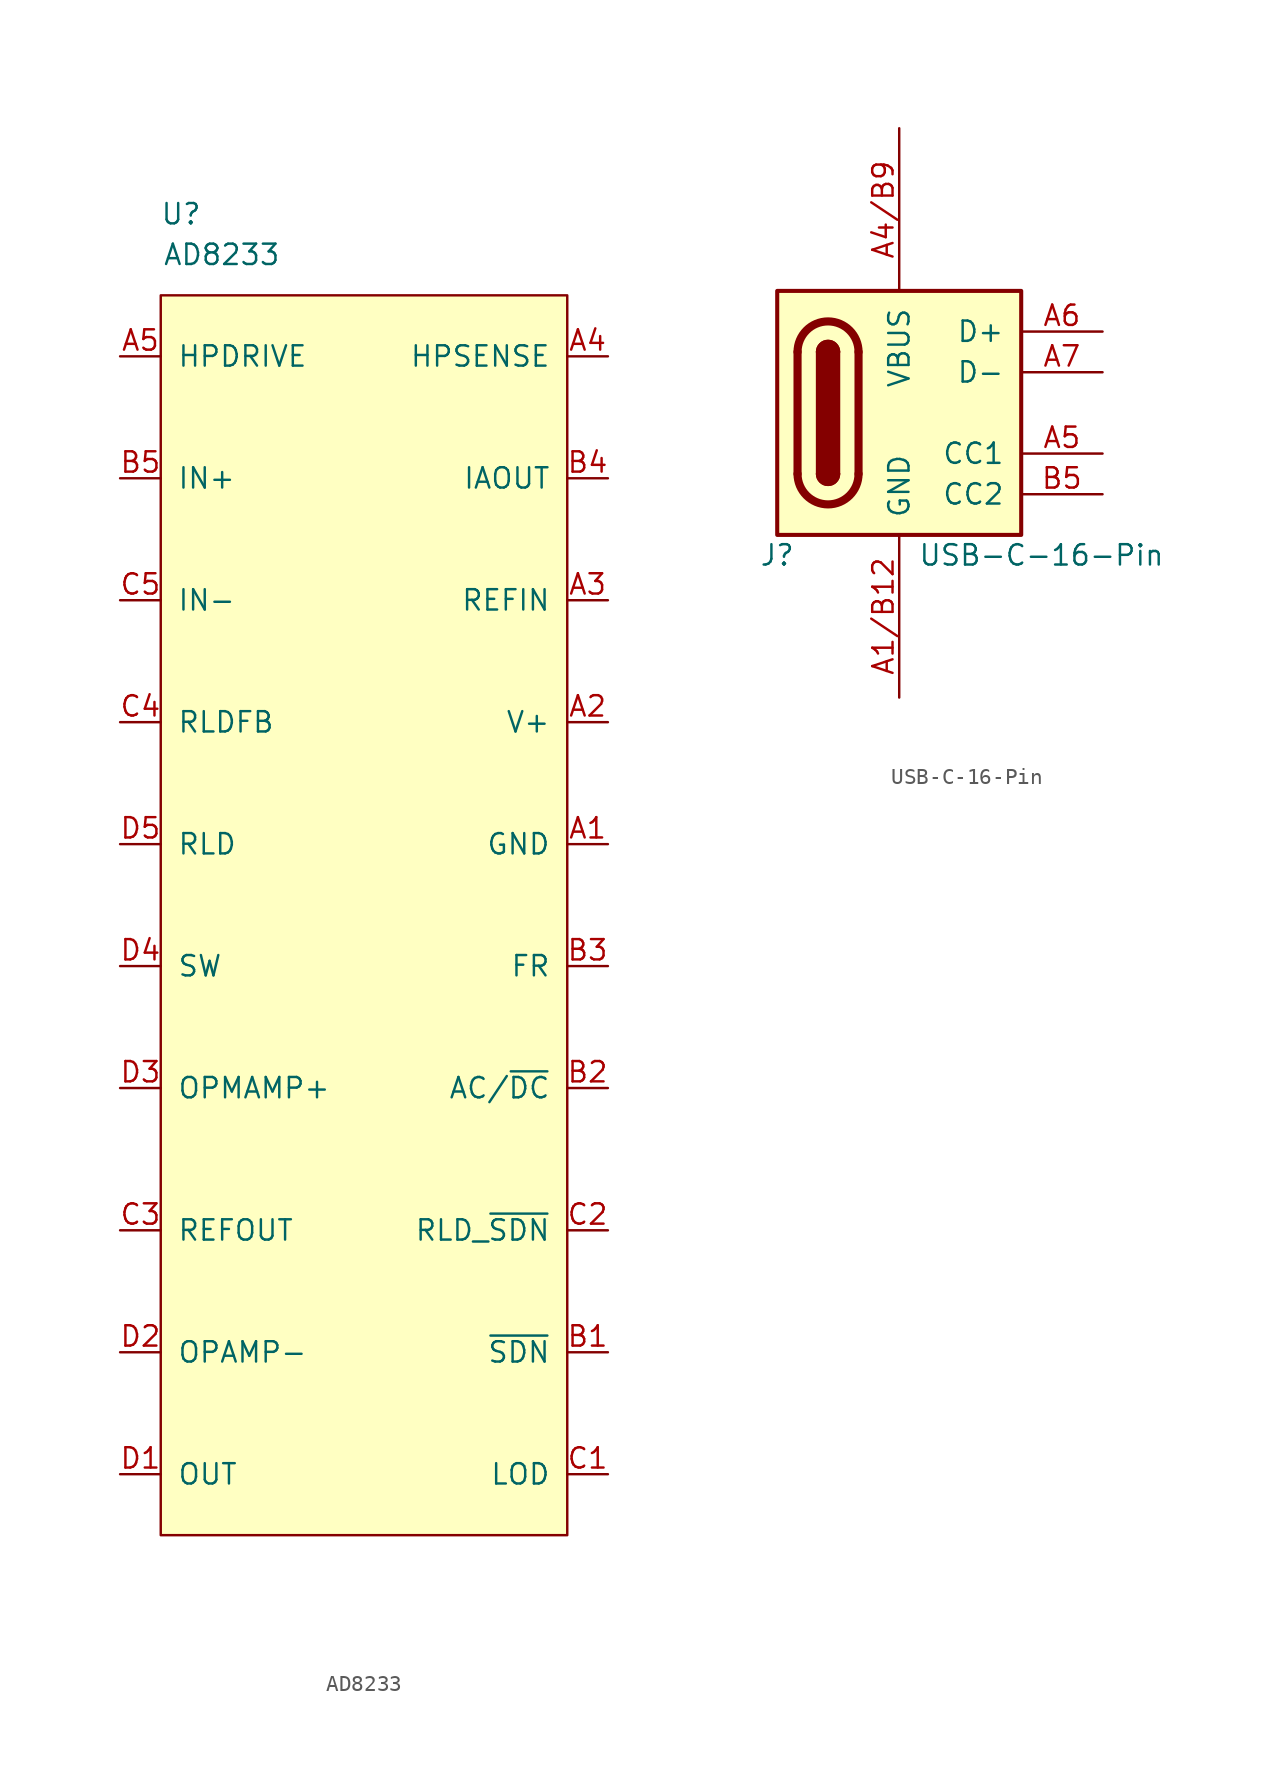
<source format=kicad_sym>
(kicad_symbol_lib
  (version 20211014)
  (generator kicad_symbol_editor)
  (symbol "AD8233"
    (pin_names
      (offset 1.016))
    (property "Reference" "U"
      (at -11.43 43.18 0)
      (effects (font (size 1.27 1.27))))
    (property "Value" "AD8233"
      (at -8.89 40.64 0)
      (effects (font (size 1.27 1.27))))
    (symbol "AD8233_0_1"
      (rectangle (start -12.7 38.1) (end 12.7 -39.37) (stroke (width 0) (type default) (color 0 0 0 0)) (fill (type background))))
    (symbol "AD8233_1_1"
      (pin power_in line (at 15.24 3.81 180) (length 2.54) (name "GND" (effects (font (size 1.27 1.27)))) (number "A1" (effects (font (size 1.27 1.27)))))
      (pin power_in line (at 15.24 11.43 180) (length 2.54) (name "V+" (effects (font (size 1.27 1.27)))) (number "A2" (effects (font (size 1.27 1.27)))))
      (pin passive line (at 15.24 19.05 180) (length 2.54) (name "REFIN" (effects (font (size 1.27 1.27)))) (number "A3" (effects (font (size 1.27 1.27)))))
      (pin passive line (at 15.24 34.29 180) (length 2.54) (name "HPSENSE" (effects (font (size 1.27 1.27)))) (number "A4" (effects (font (size 1.27 1.27)))))
      (pin passive line (at -15.24 34.29 0) (length 2.54) (name "HPDRIVE" (effects (font (size 1.27 1.27)))) (number "A5" (effects (font (size 1.27 1.27)))))
      (pin input line (at 15.24 -27.94 180) (length 2.54) (name "~{SDN}" (effects (font (size 1.27 1.27)))) (number "B1" (effects (font (size 1.27 1.27)))))
      (pin input line (at 15.24 -11.43 180) (length 2.54) (name "AC/~{DC}" (effects (font (size 1.27 1.27)))) (number "B2" (effects (font (size 1.27 1.27)))))
      (pin input line (at 15.24 -3.81 180) (length 2.54) (name "FR" (effects (font (size 1.27 1.27)))) (number "B3" (effects (font (size 1.27 1.27)))))
      (pin passive line (at 15.24 26.67 180) (length 2.54) (name "IAOUT" (effects (font (size 1.27 1.27)))) (number "B4" (effects (font (size 1.27 1.27)))))
      (pin passive line (at -15.24 26.67 0) (length 2.54) (name "IN+" (effects (font (size 1.27 1.27)))) (number "B5" (effects (font (size 1.27 1.27)))))
      (pin passive line (at 15.24 -35.56 180) (length 2.54) (name "LOD" (effects (font (size 1.27 1.27)))) (number "C1" (effects (font (size 1.27 1.27)))))
      (pin input line (at 15.24 -20.32 180) (length 2.54) (name "RLD_~{SDN}" (effects (font (size 1.27 1.27)))) (number "C2" (effects (font (size 1.27 1.27)))))
      (pin passive line (at -15.24 -20.32 0) (length 2.54) (name "REFOUT" (effects (font (size 1.27 1.27)))) (number "C3" (effects (font (size 1.27 1.27)))))
      (pin passive line (at -15.24 11.43 0) (length 2.54) (name "RLDFB" (effects (font (size 1.27 1.27)))) (number "C4" (effects (font (size 1.27 1.27)))))
      (pin passive line (at -15.24 19.05 0) (length 2.54) (name "IN-" (effects (font (size 1.27 1.27)))) (number "C5" (effects (font (size 1.27 1.27)))))
      (pin passive line (at -15.24 -35.56 0) (length 2.54) (name "OUT" (effects (font (size 1.27 1.27)))) (number "D1" (effects (font (size 1.27 1.27)))))
      (pin passive line (at -15.24 -27.94 0) (length 2.54) (name "OPAMP-" (effects (font (size 1.27 1.27)))) (number "D2" (effects (font (size 1.27 1.27)))))
      (pin passive line (at -15.24 -11.43 0) (length 2.54) (name "OPMAMP+" (effects (font (size 1.27 1.27)))) (number "D3" (effects (font (size 1.27 1.27)))))
      (pin passive line (at -15.24 -3.81 0) (length 2.54) (name "SW" (effects (font (size 1.27 1.27)))) (number "D4" (effects (font (size 1.27 1.27)))))
      (pin passive line (at -15.24 3.81 0) (length 2.54) (name "RLD" (effects (font (size 1.27 1.27)))) (number "D5" (effects (font (size 1.27 1.27)))))))
  (symbol "USB-C-16-Pin"
    (pin_names
      (offset 1.016))
    (property "Reference" "J"
      (at -7.62 -8.89 0)
      (effects (font (size 1.27 1.27))))
    (property "Value" "USB-C-16-Pin"
      (at 8.89 -8.89 0)
      (effects (font (size 1.27 1.27))))
    (symbol "USB-C-16-Pin_1_1"
      (rectangle (start -7.62 7.62) (end 7.62 -7.62) (stroke (width 0.254) (type default) (color 0 0 0 0)) (fill (type background)))
      (arc (start -6.35 -3.81) (mid -4.445 -5.715) (end -2.54 -3.81) (stroke (width 0.508) (type default) (color 0 0 0 0)) (fill (type none)))
      (arc (start -5.08 -3.81) (mid -4.445 -4.445) (end -3.81 -3.81) (stroke (width 0.254) (type default) (color 0 0 0 0)) (fill (type none)))
      (arc (start -5.08 -3.81) (mid -4.445 -4.445) (end -3.81 -3.81) (stroke (width 0.254) (type default) (color 0 0 0 0)) (fill (type outline)))
      (rectangle (start -3.81 3.81) (end -5.08 -3.81) (stroke (width 0.254) (type default) (color 0 0 0 0)) (fill (type outline)))
      (arc (start -3.81 3.81) (mid -4.445 4.445) (end -5.08 3.81) (stroke (width 0.254) (type default) (color 0 0 0 0)) (fill (type none)))
      (arc (start -3.81 3.81) (mid -4.445 4.445) (end -5.08 3.81) (stroke (width 0.254) (type default) (color 0 0 0 0)) (fill (type outline)))
      (arc (start -2.54 3.81) (mid -4.445 5.715) (end -6.35 3.81) (stroke (width 0.508) (type default) (color 0 0 0 0)) (fill (type none)))
      (polyline (pts (xy -6.35 -3.81) (xy -6.35 3.81)) (stroke (width 0.508) (type default) (color 0 0 0 0)) (fill (type none)))
      (polyline (pts (xy -2.54 3.81) (xy -2.54 -3.81)) (stroke (width 0.508) (type default) (color 0 0 0 0)) (fill (type none)))
      (pin power_in line (at 0 -17.78 90) (length 10.16) (name "GND" (effects (font (size 1.27 1.27)))) (number "A1/B12" (effects (font (size 1.27 1.27)))))
      (pin passive line (at 0 -17.78 90) (length 10.16) hide (name "GND" (effects (font (size 1.27 1.27)))) (number "A12/B1" (effects (font (size 1.27 1.27)))))
      (pin power_in line (at 0 17.78 270) (length 10.16) (name "VBUS" (effects (font (size 1.27 1.27)))) (number "A4/B9" (effects (font (size 1.27 1.27)))))
      (pin bidirectional line (at 12.7 -2.54 180) (length 5.08) (name "CC1" (effects (font (size 1.27 1.27)))) (number "A5" (effects (font (size 1.27 1.27)))))
      (pin bidirectional line (at 12.7 5.08 180) (length 5.08) (name "D+" (effects (font (size 1.27 1.27)))) (number "A6" (effects (font (size 1.27 1.27)))))
      (pin bidirectional line (at 12.7 2.54 180) (length 5.08) (name "D-" (effects (font (size 1.27 1.27)))) (number "A7" (effects (font (size 1.27 1.27)))))
      (pin power_in line (at 0 17.78 270) (length 10.16) hide (name "VBUS" (effects (font (size 1.27 1.27)))) (number "A9/B4" (effects (font (size 1.27 1.27)))))
      (pin bidirectional line (at 12.7 -5.08 180) (length 5.08) (name "CC2" (effects (font (size 1.27 1.27)))) (number "B5" (effects (font (size 1.27 1.27)))))
      (pin bidirectional line (at 12.7 5.08 180) (length 5.08) hide (name "D+" (effects (font (size 1.27 1.27)))) (number "B6" (effects (font (size 1.27 1.27)))))
      (pin bidirectional line (at 12.7 2.54 180) (length 5.08) hide (name "D-" (effects (font (size 1.27 1.27)))) (number "B7" (effects (font (size 1.27 1.27))))))))
</source>
